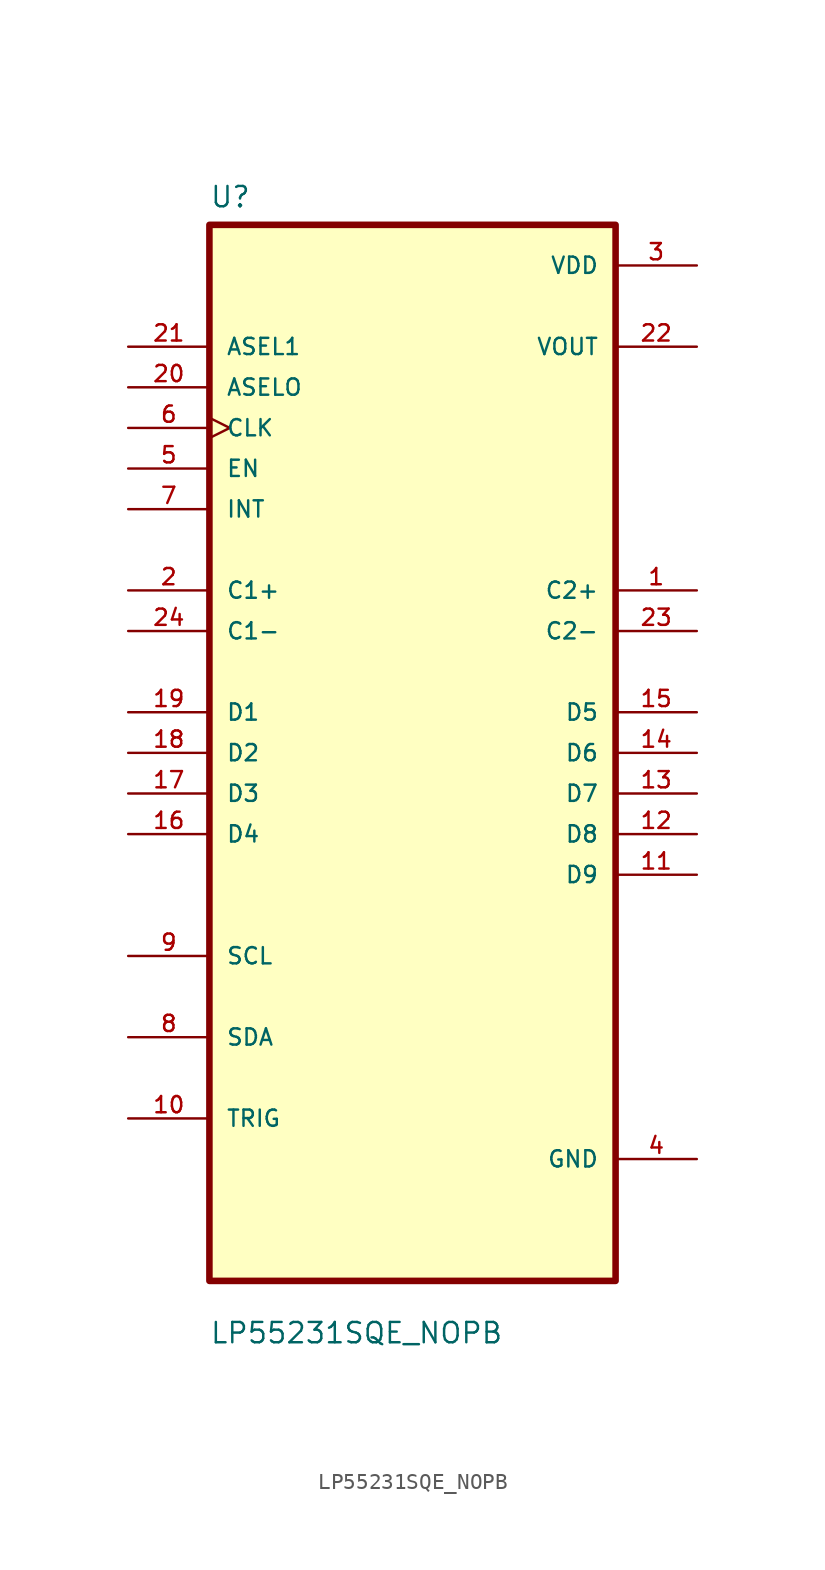
<source format=kicad_sym>
(kicad_symbol_lib
  (version 20211014)
  (generator kicad_symbol_editor)
  (symbol "LP55231SQE_NOPB"
    (pin_names
      (offset 1.016))
    (property "Reference" "U"
      (at -12.7 34.02 0.0)
      (effects (font (size 1.27 1.27)) (justify bottom left)))
    (property "Value" "LP55231SQE_NOPB"
      (at -12.7 -37.02 0.0)
      (effects (font (size 1.27 1.27)) (justify bottom left)))
    (symbol "LP55231SQE_NOPB_0_0"
      (rectangle (start -12.7 -33.02) (end 12.7 33.02) (stroke (width 0.41)) (fill (type background)))
      (pin input line (at -17.78 25.4 0) (length 5.08) (name "ASEL1" (effects (font (size 1.016 1.016)))) (number "21" (effects (font (size 1.016 1.016)))))
      (pin input line (at -17.78 22.86 0) (length 5.08) (name "ASELO" (effects (font (size 1.016 1.016)))) (number "20" (effects (font (size 1.016 1.016)))))
      (pin input clock (at -17.78 20.32 0) (length 5.08) (name "CLK" (effects (font (size 1.016 1.016)))) (number "6" (effects (font (size 1.016 1.016)))))
      (pin input line (at -17.78 17.78 0) (length 5.08) (name "EN" (effects (font (size 1.016 1.016)))) (number "5" (effects (font (size 1.016 1.016)))))
      (pin input line (at -17.78 15.24 0) (length 5.08) (name "INT" (effects (font (size 1.016 1.016)))) (number "7" (effects (font (size 1.016 1.016)))))
      (pin bidirectional line (at -17.78 10.16 0) (length 5.08) (name "C1+" (effects (font (size 1.016 1.016)))) (number "2" (effects (font (size 1.016 1.016)))))
      (pin bidirectional line (at -17.78 7.62 0) (length 5.08) (name "C1-" (effects (font (size 1.016 1.016)))) (number "24" (effects (font (size 1.016 1.016)))))
      (pin bidirectional line (at -17.78 2.54 0) (length 5.08) (name "D1" (effects (font (size 1.016 1.016)))) (number "19" (effects (font (size 1.016 1.016)))))
      (pin bidirectional line (at -17.78 1.06581e-14 0) (length 5.08) (name "D2" (effects (font (size 1.016 1.016)))) (number "18" (effects (font (size 1.016 1.016)))))
      (pin bidirectional line (at -17.78 -2.54 0) (length 5.08) (name "D3" (effects (font (size 1.016 1.016)))) (number "17" (effects (font (size 1.016 1.016)))))
      (pin bidirectional line (at -17.78 -5.08 0) (length 5.08) (name "D4" (effects (font (size 1.016 1.016)))) (number "16" (effects (font (size 1.016 1.016)))))
      (pin bidirectional line (at -17.78 -12.7 0) (length 5.08) (name "SCL" (effects (font (size 1.016 1.016)))) (number "9" (effects (font (size 1.016 1.016)))))
      (pin bidirectional line (at -17.78 -17.78 0) (length 5.08) (name "SDA" (effects (font (size 1.016 1.016)))) (number "8" (effects (font (size 1.016 1.016)))))
      (pin bidirectional line (at -17.78 -22.86 0) (length 5.08) (name "TRIG" (effects (font (size 1.016 1.016)))) (number "10" (effects (font (size 1.016 1.016)))))
      (pin power_in line (at 17.78 30.48 180.0) (length 5.08) (name "VDD" (effects (font (size 1.016 1.016)))) (number "3" (effects (font (size 1.016 1.016)))))
      (pin output line (at 17.78 25.4 180.0) (length 5.08) (name "VOUT" (effects (font (size 1.016 1.016)))) (number "22" (effects (font (size 1.016 1.016)))))
      (pin bidirectional line (at 17.78 10.16 180.0) (length 5.08) (name "C2+" (effects (font (size 1.016 1.016)))) (number "1" (effects (font (size 1.016 1.016)))))
      (pin bidirectional line (at 17.78 7.62 180.0) (length 5.08) (name "C2-" (effects (font (size 1.016 1.016)))) (number "23" (effects (font (size 1.016 1.016)))))
      (pin bidirectional line (at 17.78 2.54 180.0) (length 5.08) (name "D5" (effects (font (size 1.016 1.016)))) (number "15" (effects (font (size 1.016 1.016)))))
      (pin bidirectional line (at 17.78 7.10543e-15 180.0) (length 5.08) (name "D6" (effects (font (size 1.016 1.016)))) (number "14" (effects (font (size 1.016 1.016)))))
      (pin bidirectional line (at 17.78 -2.54 180.0) (length 5.08) (name "D7" (effects (font (size 1.016 1.016)))) (number "13" (effects (font (size 1.016 1.016)))))
      (pin bidirectional line (at 17.78 -5.08 180.0) (length 5.08) (name "D8" (effects (font (size 1.016 1.016)))) (number "12" (effects (font (size 1.016 1.016)))))
      (pin bidirectional line (at 17.78 -7.62 180.0) (length 5.08) (name "D9" (effects (font (size 1.016 1.016)))) (number "11" (effects (font (size 1.016 1.016)))))
      (pin power_in line (at 17.78 -25.4 180.0) (length 5.08) (name "GND" (effects (font (size 1.016 1.016)))) (number "4" (effects (font (size 1.016 1.016))))))))
</source>
